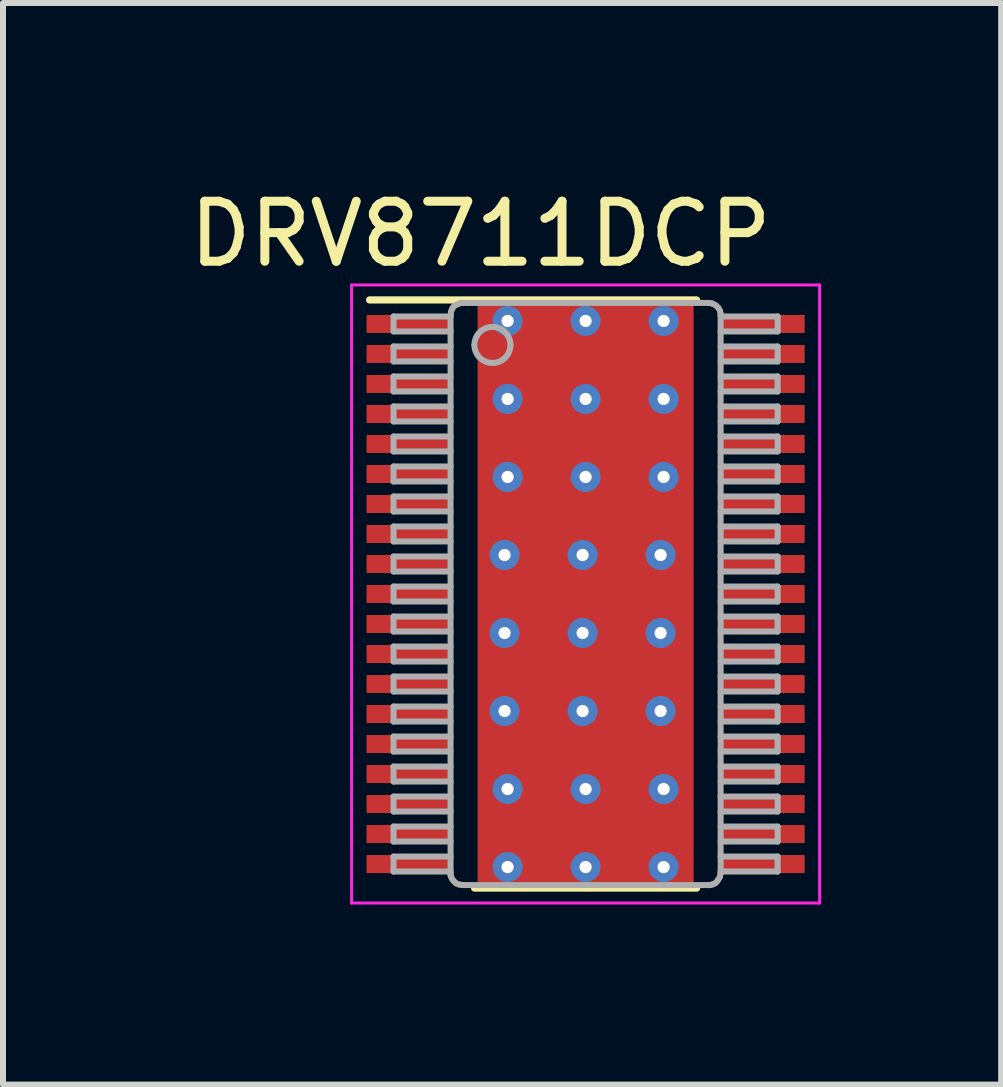
<source format=kicad_pcb>
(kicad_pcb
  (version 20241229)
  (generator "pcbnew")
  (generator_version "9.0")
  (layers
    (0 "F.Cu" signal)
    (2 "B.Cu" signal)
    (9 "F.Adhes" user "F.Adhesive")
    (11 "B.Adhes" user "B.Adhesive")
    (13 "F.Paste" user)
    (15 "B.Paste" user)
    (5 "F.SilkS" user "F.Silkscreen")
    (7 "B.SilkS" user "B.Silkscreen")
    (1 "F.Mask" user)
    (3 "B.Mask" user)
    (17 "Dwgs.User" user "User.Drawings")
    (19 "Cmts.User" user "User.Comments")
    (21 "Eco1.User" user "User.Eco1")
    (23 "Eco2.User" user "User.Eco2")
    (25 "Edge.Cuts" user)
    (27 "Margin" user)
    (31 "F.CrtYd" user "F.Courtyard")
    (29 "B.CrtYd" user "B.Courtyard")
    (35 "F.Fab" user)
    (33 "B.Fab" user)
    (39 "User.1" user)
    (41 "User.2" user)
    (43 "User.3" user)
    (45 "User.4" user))
  (footprint "DRV8711DCP"
    (layer "F.Cu")
    (at 6.708 6.848)
    (property "Reference" "DRV8711DCP" (at -1.75 -6 0) (layer "F.SilkS") (effects (font (size 1 1) (thickness 0.15))))
    (attr through_hole)
    (fp_poly (pts (xy -1.45 2.307) (xy -1.45 -2.307) (xy -1.449 -2.315) (xy -1.447 -2.323) (xy -1.443 -2.331) (xy -1.437 -2.337) (xy -1.431 -2.343) (xy -1.423 -2.347) (xy -1.415 -2.349) (xy -1.407 -2.35) (xy 1.407 -2.35) (xy 1.415 -2.349) (xy 1.423 -2.347) (xy 1.431 -2.343) (xy 1.437 -2.337) (xy 1.443 -2.331) (xy 1.447 -2.323) (xy 1.449 -2.315) (xy 1.45 -2.307) (xy 1.45 2.307) (xy 1.449 2.315) (xy 1.447 2.323) (xy 1.443 2.331) (xy 1.437 2.337) (xy 1.431 2.343) (xy 1.423 2.347) (xy 1.415 2.349) (xy 1.407 2.35) (xy -1.407 2.35) (xy -1.415 2.349) (xy -1.423 2.347) (xy -1.431 2.343) (xy -1.437 2.337) (xy -1.443 2.331) (xy -1.447 2.323) (xy -1.449 2.315)) (stroke (width 0.1) (type solid)) (fill yes) (layer "F.Mask"))
    (fp_line (start -3.6 -4.9) (end 1.85 -4.9) (stroke (width 0.12) (type solid)) (layer "F.SilkS"))
    (fp_line (start -1.85 4.9) (end 1.85 4.9) (stroke (width 0.12) (type solid)) (layer "F.SilkS"))
    (fp_poly (pts (xy -1.45 2.307) (xy -1.45 -2.307) (xy -1.449 -2.315) (xy -1.447 -2.323) (xy -1.443 -2.331) (xy -1.437 -2.337) (xy -1.431 -2.343) (xy -1.423 -2.347) (xy -1.415 -2.349) (xy -1.407 -2.35) (xy 1.407 -2.35) (xy 1.415 -2.349) (xy 1.423 -2.347) (xy 1.431 -2.343) (xy 1.437 -2.337) (xy 1.443 -2.331) (xy 1.447 -2.323) (xy 1.449 -2.315) (xy 1.45 -2.307) (xy 1.45 2.307) (xy 1.449 2.315) (xy 1.447 2.323) (xy 1.443 2.331) (xy 1.437 2.337) (xy 1.431 2.343) (xy 1.423 2.347) (xy 1.415 2.349) (xy 1.407 2.35) (xy -1.407 2.35) (xy -1.415 2.349) (xy -1.423 2.347) (xy -1.431 2.343) (xy -1.437 2.337) (xy -1.443 2.331) (xy -1.447 2.323) (xy -1.449 2.315)) (stroke (width 0.1) (type solid)) (fill yes) (layer "F.Paste"))
    (fp_line (start -3.9 -5.15) (end 3.9 -5.15) (stroke (width 0.05) (type solid)) (layer "F.CrtYd"))
    (fp_line (start -3.9 5.15) (end -3.9 -5.15) (stroke (width 0.05) (type solid)) (layer "F.CrtYd"))
    (fp_line (start -3.9 5.15) (end 3.9 5.15) (stroke (width 0.05) (type solid)) (layer "F.CrtYd"))
    (fp_line (start 3.9 5.15) (end 3.9 -5.15) (stroke (width 0.05) (type solid)) (layer "F.CrtYd"))
    (fp_line (start -3.2 -4.625) (end -2.25 -4.625) (stroke (width 0.1) (type solid)) (layer "F.Fab"))
    (fp_line (start -3.2 -4.375) (end -3.2 -4.625) (stroke (width 0.1) (type solid)) (layer "F.Fab"))
    (fp_line (start -3.2 -4.375) (end -2.25 -4.375) (stroke (width 0.1) (type solid)) (layer "F.Fab"))
    (fp_line (start -3.2 -4.125) (end -2.25 -4.125) (stroke (width 0.1) (type solid)) (layer "F.Fab"))
    (fp_line (start -3.2 -3.875) (end -3.2 -4.125) (stroke (width 0.1) (type solid)) (layer "F.Fab"))
    (fp_line (start -3.2 -3.875) (end -2.25 -3.875) (stroke (width 0.1) (type solid)) (layer "F.Fab"))
    (fp_line (start -3.2 -3.625) (end -2.25 -3.625) (stroke (width 0.1) (type solid)) (layer "F.Fab"))
    (fp_line (start -3.2 -3.375) (end -3.2 -3.625) (stroke (width 0.1) (type solid)) (layer "F.Fab"))
    (fp_line (start -3.2 -3.375) (end -2.25 -3.375) (stroke (width 0.1) (type solid)) (layer "F.Fab"))
    (fp_line (start -3.2 -3.125) (end -2.25 -3.125) (stroke (width 0.1) (type solid)) (layer "F.Fab"))
    (fp_line (start -3.2 -2.875) (end -3.2 -3.125) (stroke (width 0.1) (type solid)) (layer "F.Fab"))
    (fp_line (start -3.2 -2.875) (end -2.25 -2.875) (stroke (width 0.1) (type solid)) (layer "F.Fab"))
    (fp_line (start -3.2 -2.625) (end -2.25 -2.625) (stroke (width 0.1) (type solid)) (layer "F.Fab"))
    (fp_line (start -3.2 -2.375) (end -3.2 -2.625) (stroke (width 0.1) (type solid)) (layer "F.Fab"))
    (fp_line (start -3.2 -2.375) (end -2.25 -2.375) (stroke (width 0.1) (type solid)) (layer "F.Fab"))
    (fp_line (start -3.2 -2.125) (end -2.25 -2.125) (stroke (width 0.1) (type solid)) (layer "F.Fab"))
    (fp_line (start -3.2 -1.875) (end -3.2 -2.125) (stroke (width 0.1) (type solid)) (layer "F.Fab"))
    (fp_line (start -3.2 -1.875) (end -2.25 -1.875) (stroke (width 0.1) (type solid)) (layer "F.Fab"))
    (fp_line (start -3.2 -1.625) (end -2.25 -1.625) (stroke (width 0.1) (type solid)) (layer "F.Fab"))
    (fp_line (start -3.2 -1.375) (end -3.2 -1.625) (stroke (width 0.1) (type solid)) (layer "F.Fab"))
    (fp_line (start -3.2 -1.375) (end -2.25 -1.375) (stroke (width 0.1) (type solid)) (layer "F.Fab"))
    (fp_line (start -3.2 -1.125) (end -2.25 -1.125) (stroke (width 0.1) (type solid)) (layer "F.Fab"))
    (fp_line (start -3.2 -0.875) (end -3.2 -1.125) (stroke (width 0.1) (type solid)) (layer "F.Fab"))
    (fp_line (start -3.2 -0.875) (end -2.25 -0.875) (stroke (width 0.1) (type solid)) (layer "F.Fab"))
    (fp_line (start -3.2 -0.625) (end -2.25 -0.625) (stroke (width 0.1) (type solid)) (layer "F.Fab"))
    (fp_line (start -3.2 -0.375) (end -3.2 -0.625) (stroke (width 0.1) (type solid)) (layer "F.Fab"))
    (fp_line (start -3.2 -0.375) (end -2.25 -0.375) (stroke (width 0.1) (type solid)) (layer "F.Fab"))
    (fp_line (start -3.2 -0.125) (end -2.25 -0.125) (stroke (width 0.1) (type solid)) (layer "F.Fab"))
    (fp_line (start -3.2 0.125) (end -3.2 -0.125) (stroke (width 0.1) (type solid)) (layer "F.Fab"))
    (fp_line (start -3.2 0.125) (end -2.25 0.125) (stroke (width 0.1) (type solid)) (layer "F.Fab"))
    (fp_line (start -3.2 0.375) (end -2.25 0.375) (stroke (width 0.1) (type solid)) (layer "F.Fab"))
    (fp_line (start -3.2 0.625) (end -3.2 0.375) (stroke (width 0.1) (type solid)) (layer "F.Fab"))
    (fp_line (start -3.2 0.625) (end -2.25 0.625) (stroke (width 0.1) (type solid)) (layer "F.Fab"))
    (fp_line (start -3.2 0.875) (end -2.25 0.875) (stroke (width 0.1) (type solid)) (layer "F.Fab"))
    (fp_line (start -3.2 1.125) (end -3.2 0.875) (stroke (width 0.1) (type solid)) (layer "F.Fab"))
    (fp_line (start -3.2 1.125) (end -2.25 1.125) (stroke (width 0.1) (type solid)) (layer "F.Fab"))
    (fp_line (start -3.2 1.375) (end -2.25 1.375) (stroke (width 0.1) (type solid)) (layer "F.Fab"))
    (fp_line (start -3.2 1.625) (end -3.2 1.375) (stroke (width 0.1) (type solid)) (layer "F.Fab"))
    (fp_line (start -3.2 1.625) (end -2.25 1.625) (stroke (width 0.1) (type solid)) (layer "F.Fab"))
    (fp_line (start -3.2 1.875) (end -2.25 1.875) (stroke (width 0.1) (type solid)) (layer "F.Fab"))
    (fp_line (start -3.2 2.125) (end -3.2 1.875) (stroke (width 0.1) (type solid)) (layer "F.Fab"))
    (fp_line (start -3.2 2.125) (end -2.25 2.125) (stroke (width 0.1) (type solid)) (layer "F.Fab"))
    (fp_line (start -3.2 2.375) (end -2.25 2.375) (stroke (width 0.1) (type solid)) (layer "F.Fab"))
    (fp_line (start -3.2 2.625) (end -3.2 2.375) (stroke (width 0.1) (type solid)) (layer "F.Fab"))
    (fp_line (start -3.2 2.625) (end -2.25 2.625) (stroke (width 0.1) (type solid)) (layer "F.Fab"))
    (fp_line (start -3.2 2.875) (end -2.25 2.875) (stroke (width 0.1) (type solid)) (layer "F.Fab"))
    (fp_line (start -3.2 3.125) (end -3.2 2.875) (stroke (width 0.1) (type solid)) (layer "F.Fab"))
    (fp_line (start -3.2 3.125) (end -2.25 3.125) (stroke (width 0.1) (type solid)) (layer "F.Fab"))
    (fp_line (start -3.2 3.375) (end -2.25 3.375) (stroke (width 0.1) (type solid)) (layer "F.Fab"))
    (fp_line (start -3.2 3.625) (end -3.2 3.375) (stroke (width 0.1) (type solid)) (layer "F.Fab"))
    (fp_line (start -3.2 3.625) (end -2.25 3.625) (stroke (width 0.1) (type solid)) (layer "F.Fab"))
    (fp_line (start -3.2 3.875) (end -2.25 3.875) (stroke (width 0.1) (type solid)) (layer "F.Fab"))
    (fp_line (start -3.2 4.125) (end -3.2 3.875) (stroke (width 0.1) (type solid)) (layer "F.Fab"))
    (fp_line (start -3.2 4.125) (end -2.25 4.125) (stroke (width 0.1) (type solid)) (layer "F.Fab"))
    (fp_line (start -3.2 4.375) (end -2.25 4.375) (stroke (width 0.1) (type solid)) (layer "F.Fab"))
    (fp_line (start -3.2 4.625) (end -3.2 4.375) (stroke (width 0.1) (type solid)) (layer "F.Fab"))
    (fp_line (start -3.2 4.625) (end -2.25 4.625) (stroke (width 0.1) (type solid)) (layer "F.Fab"))
    (fp_line (start -2.25 -4.65) (end -2.24 -4.71) (stroke (width 0.1) (type solid)) (layer "F.Fab"))
    (fp_line (start -2.25 4.65) (end -2.25 -4.65) (stroke (width 0.1) (type solid)) (layer "F.Fab"))
    (fp_line (start -2.25 4.65) (end -2.25 4.69) (stroke (width 0.1) (type solid)) (layer "F.Fab"))
    (fp_line (start -2.25 4.69) (end -2.23 4.74) (stroke (width 0.1) (type solid)) (layer "F.Fab"))
    (fp_line (start -2.24 -4.71) (end -2.22 -4.76) (stroke (width 0.1) (type solid)) (layer "F.Fab"))
    (fp_line (start -2.23 4.74) (end -2.2 4.78) (stroke (width 0.1) (type solid)) (layer "F.Fab"))
    (fp_line (start -2.22 -4.76) (end -2.19 -4.8) (stroke (width 0.1) (type solid)) (layer "F.Fab"))
    (fp_line (start -2.2 4.78) (end -2.16 4.82) (stroke (width 0.1) (type solid)) (layer "F.Fab"))
    (fp_line (start -2.19 -4.8) (end -2.13 -4.83) (stroke (width 0.1) (type solid)) (layer "F.Fab"))
    (fp_line (start -2.16 4.82) (end -2.11 4.84) (stroke (width 0.1) (type solid)) (layer "F.Fab"))
    (fp_line (start -2.13 -4.83) (end -2.08 -4.85) (stroke (width 0.1) (type solid)) (layer "F.Fab"))
    (fp_line (start -2.11 4.84) (end -2.05 4.85) (stroke (width 0.1) (type solid)) (layer "F.Fab"))
    (fp_line (start -2.08 -4.85) (end -2.05 -4.85) (stroke (width 0.1) (type solid)) (layer "F.Fab"))
    (fp_line (start -2.05 4.85) (end 2.05 4.85) (stroke (width 0.1) (type solid)) (layer "F.Fab"))
    (fp_line (start -2.05 -4.85) (end 2.05 -4.85) (stroke (width 0.1) (type solid)) (layer "F.Fab"))
    (fp_line (start 2.05 4.85) (end 2.07 4.85) (stroke (width 0.1) (type solid)) (layer "F.Fab"))
    (fp_line (start 2.05 -4.85) (end 2.11 -4.84) (stroke (width 0.1) (type solid)) (layer "F.Fab"))
    (fp_line (start 2.07 4.85) (end 2.11 4.84) (stroke (width 0.1) (type solid)) (layer "F.Fab"))
    (fp_line (start 2.11 -4.84) (end 2.17 -4.81) (stroke (width 0.1) (type solid)) (layer "F.Fab"))
    (fp_line (start 2.11 4.84) (end 2.16 4.82) (stroke (width 0.1) (type solid)) (layer "F.Fab"))
    (fp_line (start 2.16 4.82) (end 2.19 4.79) (stroke (width 0.1) (type solid)) (layer "F.Fab"))
    (fp_line (start 2.17 -4.81) (end 2.21 -4.77) (stroke (width 0.1) (type solid)) (layer "F.Fab"))
    (fp_line (start 2.19 4.79) (end 2.21 4.76) (stroke (width 0.1) (type solid)) (layer "F.Fab"))
    (fp_line (start 2.21 -4.77) (end 2.24 -4.72) (stroke (width 0.1) (type solid)) (layer "F.Fab"))
    (fp_line (start 2.21 4.76) (end 2.24 4.71) (stroke (width 0.1) (type solid)) (layer "F.Fab"))
    (fp_line (start 2.24 -4.72) (end 2.25 -4.67) (stroke (width 0.1) (type solid)) (layer "F.Fab"))
    (fp_line (start 2.24 4.71) (end 2.25 4.65) (stroke (width 0.1) (type solid)) (layer "F.Fab"))
    (fp_line (start 2.25 4.65) (end 2.25 -4.65) (stroke (width 0.1) (type solid)) (layer "F.Fab"))
    (fp_line (start 2.25 -4.65) (end 2.25 -4.67) (stroke (width 0.1) (type solid)) (layer "F.Fab"))
    (fp_line (start 2.25 -4.625) (end 3.2 -4.625) (stroke (width 0.1) (type solid)) (layer "F.Fab"))
    (fp_line (start 2.25 -4.375) (end 3.2 -4.375) (stroke (width 0.1) (type solid)) (layer "F.Fab"))
    (fp_line (start 2.25 -4.125) (end 3.2 -4.125) (stroke (width 0.1) (type solid)) (layer "F.Fab"))
    (fp_line (start 2.25 -3.875) (end 3.2 -3.875) (stroke (width 0.1) (type solid)) (layer "F.Fab"))
    (fp_line (start 2.25 -3.625) (end 3.2 -3.625) (stroke (width 0.1) (type solid)) (layer "F.Fab"))
    (fp_line (start 2.25 -3.375) (end 3.2 -3.375) (stroke (width 0.1) (type solid)) (layer "F.Fab"))
    (fp_line (start 2.25 -3.125) (end 3.2 -3.125) (stroke (width 0.1) (type solid)) (layer "F.Fab"))
    (fp_line (start 2.25 -2.875) (end 3.2 -2.875) (stroke (width 0.1) (type solid)) (layer "F.Fab"))
    (fp_line (start 2.25 -2.625) (end 3.2 -2.625) (stroke (width 0.1) (type solid)) (layer "F.Fab"))
    (fp_line (start 2.25 -2.375) (end 3.2 -2.375) (stroke (width 0.1) (type solid)) (layer "F.Fab"))
    (fp_line (start 2.25 -2.125) (end 3.2 -2.125) (stroke (width 0.1) (type solid)) (layer "F.Fab"))
    (fp_line (start 2.25 -1.875) (end 3.2 -1.875) (stroke (width 0.1) (type solid)) (layer "F.Fab"))
    (fp_line (start 2.25 -1.625) (end 3.2 -1.625) (stroke (width 0.1) (type solid)) (layer "F.Fab"))
    (fp_line (start 2.25 -1.375) (end 3.2 -1.375) (stroke (width 0.1) (type solid)) (layer "F.Fab"))
    (fp_line (start 2.25 -1.125) (end 3.2 -1.125) (stroke (width 0.1) (type solid)) (layer "F.Fab"))
    (fp_line (start 2.25 -0.875) (end 3.2 -0.875) (stroke (width 0.1) (type solid)) (layer "F.Fab"))
    (fp_line (start 2.25 -0.625) (end 3.2 -0.625) (stroke (width 0.1) (type solid)) (layer "F.Fab"))
    (fp_line (start 2.25 -0.375) (end 3.2 -0.375) (stroke (width 0.1) (type solid)) (layer "F.Fab"))
    (fp_line (start 2.25 -0.125) (end 3.2 -0.125) (stroke (width 0.1) (type solid)) (layer "F.Fab"))
    (fp_line (start 2.25 0.125) (end 3.2 0.125) (stroke (width 0.1) (type solid)) (layer "F.Fab"))
    (fp_line (start 2.25 0.375) (end 3.2 0.375) (stroke (width 0.1) (type solid)) (layer "F.Fab"))
    (fp_line (start 2.25 0.625) (end 3.2 0.625) (stroke (width 0.1) (type solid)) (layer "F.Fab"))
    (fp_line (start 2.25 0.875) (end 3.2 0.875) (stroke (width 0.1) (type solid)) (layer "F.Fab"))
    (fp_line (start 2.25 1.125) (end 3.2 1.125) (stroke (width 0.1) (type solid)) (layer "F.Fab"))
    (fp_line (start 2.25 1.375) (end 3.2 1.375) (stroke (width 0.1) (type solid)) (layer "F.Fab"))
    (fp_line (start 2.25 1.625) (end 3.2 1.625) (stroke (width 0.1) (type solid)) (layer "F.Fab"))
    (fp_line (start 2.25 1.875) (end 3.2 1.875) (stroke (width 0.1) (type solid)) (layer "F.Fab"))
    (fp_line (start 2.25 2.125) (end 3.2 2.125) (stroke (width 0.1) (type solid)) (layer "F.Fab"))
    (fp_line (start 2.25 2.375) (end 3.2 2.375) (stroke (width 0.1) (type solid)) (layer "F.Fab"))
    (fp_line (start 2.25 2.625) (end 3.2 2.625) (stroke (width 0.1) (type solid)) (layer "F.Fab"))
    (fp_line (start 2.25 2.875) (end 3.2 2.875) (stroke (width 0.1) (type solid)) (layer "F.Fab"))
    (fp_line (start 2.25 3.125) (end 3.2 3.125) (stroke (width 0.1) (type solid)) (layer "F.Fab"))
    (fp_line (start 2.25 3.375) (end 3.2 3.375) (stroke (width 0.1) (type solid)) (layer "F.Fab"))
    (fp_line (start 2.25 3.625) (end 3.2 3.625) (stroke (width 0.1) (type solid)) (layer "F.Fab"))
    (fp_line (start 2.25 3.875) (end 3.2 3.875) (stroke (width 0.1) (type solid)) (layer "F.Fab"))
    (fp_line (start 2.25 4.125) (end 3.2 4.125) (stroke (width 0.1) (type solid)) (layer "F.Fab"))
    (fp_line (start 2.25 4.375) (end 3.2 4.375) (stroke (width 0.1) (type solid)) (layer "F.Fab"))
    (fp_line (start 2.25 4.625) (end 3.2 4.625) (stroke (width 0.1) (type solid)) (layer "F.Fab"))
    (fp_line (start 3.2 -4.375) (end 3.2 -4.625) (stroke (width 0.1) (type solid)) (layer "F.Fab"))
    (fp_line (start 3.2 -3.875) (end 3.2 -4.125) (stroke (width 0.1) (type solid)) (layer "F.Fab"))
    (fp_line (start 3.2 -3.375) (end 3.2 -3.625) (stroke (width 0.1) (type solid)) (layer "F.Fab"))
    (fp_line (start 3.2 -2.875) (end 3.2 -3.125) (stroke (width 0.1) (type solid)) (layer "F.Fab"))
    (fp_line (start 3.2 -2.375) (end 3.2 -2.625) (stroke (width 0.1) (type solid)) (layer "F.Fab"))
    (fp_line (start 3.2 -1.875) (end 3.2 -2.125) (stroke (width 0.1) (type solid)) (layer "F.Fab"))
    (fp_line (start 3.2 -1.375) (end 3.2 -1.625) (stroke (width 0.1) (type solid)) (layer "F.Fab"))
    (fp_line (start 3.2 -0.875) (end 3.2 -1.125) (stroke (width 0.1) (type solid)) (layer "F.Fab"))
    (fp_line (start 3.2 -0.375) (end 3.2 -0.625) (stroke (width 0.1) (type solid)) (layer "F.Fab"))
    (fp_line (start 3.2 0.125) (end 3.2 -0.125) (stroke (width 0.1) (type solid)) (layer "F.Fab"))
    (fp_line (start 3.2 0.625) (end 3.2 0.375) (stroke (width 0.1) (type solid)) (layer "F.Fab"))
    (fp_line (start 3.2 1.125) (end 3.2 0.875) (stroke (width 0.1) (type solid)) (layer "F.Fab"))
    (fp_line (start 3.2 1.625) (end 3.2 1.375) (stroke (width 0.1) (type solid)) (layer "F.Fab"))
    (fp_line (start 3.2 2.125) (end 3.2 1.875) (stroke (width 0.1) (type solid)) (layer "F.Fab"))
    (fp_line (start 3.2 2.625) (end 3.2 2.375) (stroke (width 0.1) (type solid)) (layer "F.Fab"))
    (fp_line (start 3.2 3.125) (end 3.2 2.875) (stroke (width 0.1) (type solid)) (layer "F.Fab"))
    (fp_line (start 3.2 3.625) (end 3.2 3.375) (stroke (width 0.1) (type solid)) (layer "F.Fab"))
    (fp_line (start 3.2 4.125) (end 3.2 3.875) (stroke (width 0.1) (type solid)) (layer "F.Fab"))
    (fp_line (start 3.2 4.625) (end 3.2 4.375) (stroke (width 0.1) (type solid)) (layer "F.Fab"))
    (fp_arc (start -1.852386 -4.149976) (mid -1.552387 -4.449975) (end -1.252388 -4.149976) (stroke (width 0.1) (type solid)) (layer "F.Fab"))
    (fp_arc (start -1.252388 -4.149976) (mid -1.552387 -3.849977) (end -1.852386 -4.149976) (stroke (width 0.1) (type solid)) (layer "F.Fab"))
    (pad "1" smd rect (at -2.95 -4.5 90) (size 0.3 1.4) (layers "F.Cu" "F.Mask" "F.Paste"))
    (pad "2" smd rect (at -2.95 -4 90) (size 0.3 1.4) (layers "F.Cu" "F.Mask" "F.Paste"))
    (pad "3" smd rect (at -2.95 -3.5 90) (size 0.3 1.4) (layers "F.Cu" "F.Mask" "F.Paste"))
    (pad "4" smd rect (at -2.95 -3 90) (size 0.3 1.4) (layers "F.Cu" "F.Mask" "F.Paste"))
    (pad "5" smd rect (at -2.95 -2.5 90) (size 0.3 1.4) (layers "F.Cu" "F.Mask" "F.Paste"))
    (pad "6" smd rect (at -2.95 -2 90) (size 0.3 1.4) (layers "F.Cu" "F.Mask" "F.Paste"))
    (pad "7" smd rect (at -2.95 -1.5 90) (size 0.3 1.4) (layers "F.Cu" "F.Mask" "F.Paste"))
    (pad "8" smd rect (at -2.95 -1 90) (size 0.3 1.4) (layers "F.Cu" "F.Mask" "F.Paste"))
    (pad "9" smd rect (at -2.95 -0.5 90) (size 0.3 1.4) (layers "F.Cu" "F.Mask" "F.Paste"))
    (pad "10" smd rect (at -2.95 0 90) (size 0.3 1.4) (layers "F.Cu" "F.Mask" "F.Paste"))
    (pad "11" smd rect (at -2.95 0.5 90) (size 0.3 1.4) (layers "F.Cu" "F.Mask" "F.Paste"))
    (pad "12" smd rect (at -2.95 1 90) (size 0.3 1.4) (layers "F.Cu" "F.Mask" "F.Paste"))
    (pad "13" smd rect (at -2.95 1.5 90) (size 0.3 1.4) (layers "F.Cu" "F.Mask" "F.Paste"))
    (pad "14" smd rect (at -2.95 2 90) (size 0.3 1.4) (layers "F.Cu" "F.Mask" "F.Paste"))
    (pad "15" smd rect (at -2.95 2.5 90) (size 0.3 1.4) (layers "F.Cu" "F.Mask" "F.Paste"))
    (pad "16" smd rect (at -2.95 3 90) (size 0.3 1.4) (layers "F.Cu" "F.Mask" "F.Paste"))
    (pad "17" smd rect (at -2.95 3.5 90) (size 0.3 1.4) (layers "F.Cu" "F.Mask" "F.Paste"))
    (pad "18" smd rect (at -2.95 4 90) (size 0.3 1.4) (layers "F.Cu" "F.Mask" "F.Paste"))
    (pad "19" smd rect (at -2.95 4.5 90) (size 0.3 1.4) (layers "F.Cu" "F.Mask" "F.Paste"))
    (pad "20" smd rect (at 2.95 4.5 90) (size 0.3 1.4) (layers "F.Cu" "F.Mask" "F.Paste"))
    (pad "21" smd rect (at 2.95 4 90) (size 0.3 1.4) (layers "F.Cu" "F.Mask" "F.Paste"))
    (pad "22" smd rect (at 2.95 3.5 90) (size 0.3 1.4) (layers "F.Cu" "F.Mask" "F.Paste"))
    (pad "23" smd rect (at 2.95 3 90) (size 0.3 1.4) (layers "F.Cu" "F.Mask" "F.Paste"))
    (pad "24" smd rect (at 2.95 2.5 90) (size 0.3 1.4) (layers "F.Cu" "F.Mask" "F.Paste"))
    (pad "25" smd rect (at 2.95 2 90) (size 0.3 1.4) (layers "F.Cu" "F.Mask" "F.Paste"))
    (pad "26" smd rect (at 2.95 1.5 90) (size 0.3 1.4) (layers "F.Cu" "F.Mask" "F.Paste"))
    (pad "27" smd rect (at 2.95 1 90) (size 0.3 1.4) (layers "F.Cu" "F.Mask" "F.Paste"))
    (pad "28" smd rect (at 2.95 0.5 90) (size 0.3 1.4) (layers "F.Cu" "F.Mask" "F.Paste"))
    (pad "29" smd rect (at 2.95 0 90) (size 0.3 1.4) (layers "F.Cu" "F.Mask" "F.Paste"))
    (pad "30" smd rect (at 2.95 -0.5 90) (size 0.3 1.4) (layers "F.Cu" "F.Mask" "F.Paste"))
    (pad "31" smd rect (at 2.95 -1 90) (size 0.3 1.4) (layers "F.Cu" "F.Mask" "F.Paste"))
    (pad "32" smd rect (at 2.95 -1.5 90) (size 0.3 1.4) (layers "F.Cu" "F.Mask" "F.Paste"))
    (pad "33" smd rect (at 2.95 -2 90) (size 0.3 1.4) (layers "F.Cu" "F.Mask" "F.Paste"))
    (pad "34" smd rect (at 2.95 -2.5 90) (size 0.3 1.4) (layers "F.Cu" "F.Mask" "F.Paste"))
    (pad "35" smd rect (at 2.95 -3 90) (size 0.3 1.4) (layers "F.Cu" "F.Mask" "F.Paste"))
    (pad "36" smd rect (at 2.95 -3.5 90) (size 0.3 1.4) (layers "F.Cu" "F.Mask" "F.Paste"))
    (pad "37" smd rect (at 2.95 -4 90) (size 0.3 1.4) (layers "F.Cu" "F.Mask" "F.Paste"))
    (pad "38" smd rect (at 2.95 -4.5 90) (size 0.3 1.4) (layers "F.Cu" "F.Mask" "F.Paste"))
    (pad "39" thru_hole circle (at -1.35 -0.65) (size 0.5 0.5) (drill 0.203) (layers "*.Cu" "*.Mask"))
    (pad "39" thru_hole circle (at -1.35 0.65) (size 0.5 0.5) (drill 0.203) (layers "*.Cu" "*.Mask"))
    (pad "39" thru_hole circle (at -1.35 1.95) (size 0.5 0.5) (drill 0.203) (layers "*.Cu" "*.Mask"))
    (pad "39" thru_hole circle (at -1.3 -4.55) (size 0.5 0.5) (drill 0.203) (layers "*.Cu" "*.Mask"))
    (pad "39" thru_hole circle (at -1.3 -3.25) (size 0.5 0.5) (drill 0.203) (layers "*.Cu" "*.Mask"))
    (pad "39" thru_hole circle (at -1.3 -1.95) (size 0.5 0.5) (drill 0.203) (layers "*.Cu" "*.Mask"))
    (pad "39" thru_hole circle (at -1.3 3.25) (size 0.5 0.5) (drill 0.203) (layers "*.Cu" "*.Mask"))
    (pad "39" thru_hole circle (at -1.3 4.55) (size 0.5 0.5) (drill 0.203) (layers "*.Cu" "*.Mask"))
    (pad "39" thru_hole circle (at -0.05 -0.65) (size 0.5 0.5) (drill 0.203) (layers "*.Cu" "*.Mask"))
    (pad "39" thru_hole circle (at -0.05 0.65) (size 0.5 0.5) (drill 0.203) (layers "*.Cu" "*.Mask"))
    (pad "39" thru_hole circle (at -0.05 1.95) (size 0.5 0.5) (drill 0.203) (layers "*.Cu" "*.Mask"))
    (pad "39" thru_hole circle (at 0 -4.55) (size 0.5 0.5) (drill 0.203) (layers "*.Cu" "*.Mask"))
    (pad "39" thru_hole circle (at 0 -3.25) (size 0.5 0.5) (drill 0.203) (layers "*.Cu" "*.Mask"))
    (pad "39" thru_hole circle (at 0 -1.95) (size 0.5 0.5) (drill 0.203) (layers "*.Cu" "*.Mask"))
    (pad "39" smd rect (at 0 0) (size 3.6 9.7) (layers "F.Cu"))
    (pad "39" thru_hole circle (at 0 3.25) (size 0.5 0.5) (drill 0.203) (layers "*.Cu" "*.Mask"))
    (pad "39" thru_hole circle (at 0 4.55) (size 0.5 0.5) (drill 0.203) (layers "*.Cu" "*.Mask"))
    (pad "39" thru_hole circle (at 1.25 -0.65) (size 0.5 0.5) (drill 0.203) (layers "*.Cu" "*.Mask"))
    (pad "39" thru_hole circle (at 1.25 0.65) (size 0.5 0.5) (drill 0.203) (layers "*.Cu" "*.Mask"))
    (pad "39" thru_hole circle (at 1.25 1.95) (size 0.5 0.5) (drill 0.203) (layers "*.Cu" "*.Mask"))
    (pad "39" thru_hole circle (at 1.3 -4.55) (size 0.5 0.5) (drill 0.203) (layers "*.Cu" "*.Mask"))
    (pad "39" thru_hole circle (at 1.3 -3.25) (size 0.5 0.5) (drill 0.203) (layers "*.Cu" "*.Mask"))
    (pad "39" thru_hole circle (at 1.3 -1.95) (size 0.5 0.5) (drill 0.203) (layers "*.Cu" "*.Mask"))
    (pad "39" thru_hole circle (at 1.3 3.25) (size 0.5 0.5) (drill 0.203) (layers "*.Cu" "*.Mask"))
    (pad "39" thru_hole circle (at 1.3 4.55) (size 0.5 0.5) (drill 0.203) (layers "*.Cu" "*.Mask")))
  (gr_rect
    (start -3 -3)
    (end 13.633 15.023)
    (stroke (width 0.1) (type default))
    (fill no)
    (layer "Edge.Cuts")))
</source>
